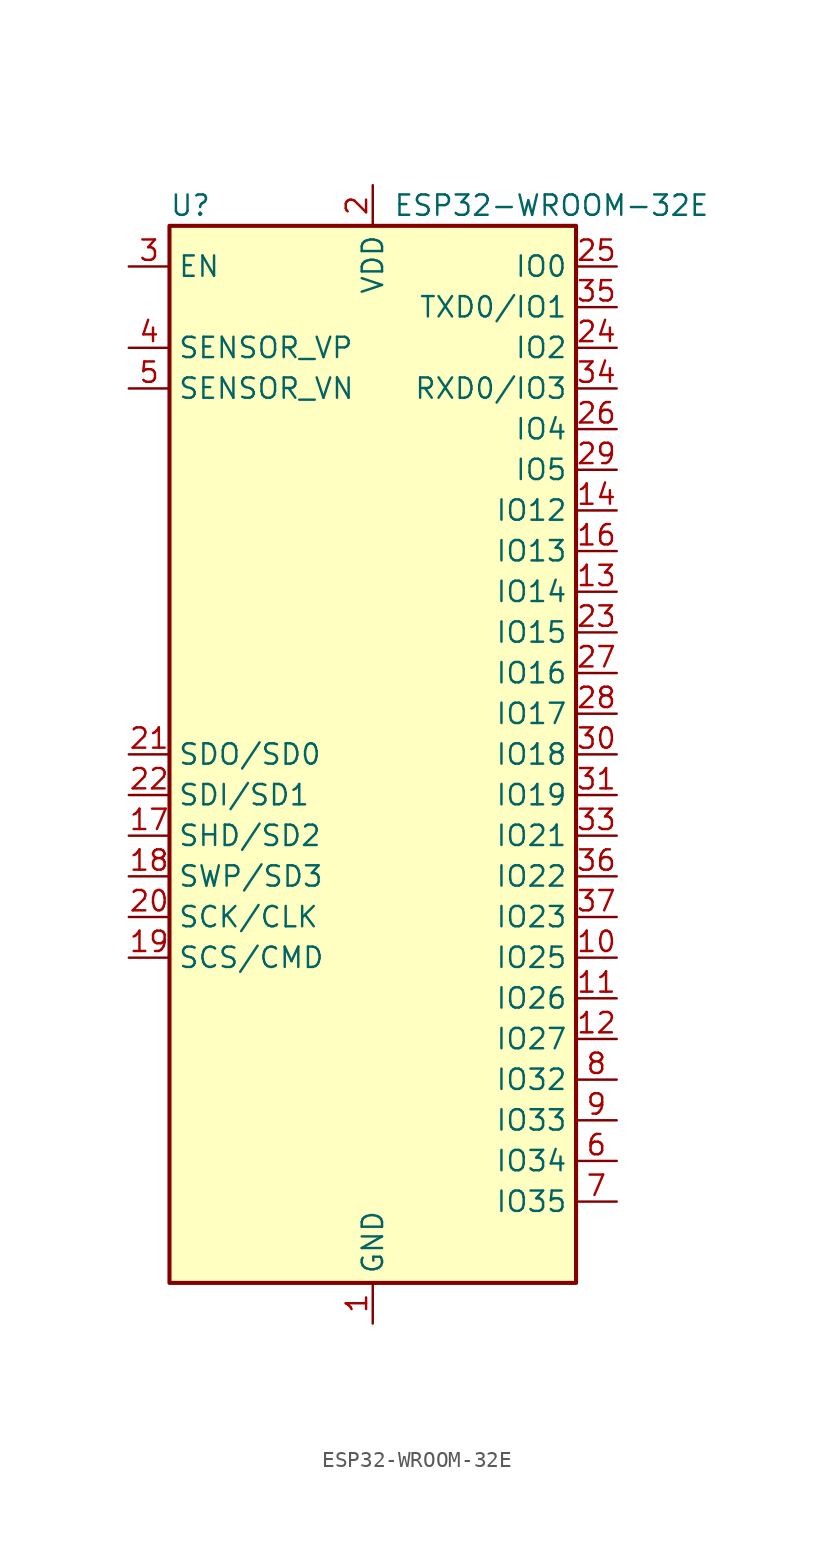
<source format=kicad_sym>
(kicad_symbol_lib
  (version 20201005)
  (generator kicad_symbol_editor)
  (symbol "Jmptable_RF_Module:ESP32-WROOM-32E"
    (property "Reference" "U"
      (at -12.7 34.29 0)
      (effects (font (size 1.27 1.27)) (justify left)))
    (property "Value" "ESP32-WROOM-32E"
      (at 1.27 34.29 0)
      (effects (font (size 1.27 1.27)) (justify left)))
    (symbol "ESP32-WROOM-32E_0_1"
      (rectangle (start -12.7 33.02) (end 12.7 -33.02) (stroke (width 0.254)) (fill (type background))))
    (symbol "ESP32-WROOM-32E_1_1"
      (pin power_in line (at 0 -35.56 90) (length 2.54) (name "GND" (effects (font (size 1.27 1.27)))) (number "1" (effects (font (size 1.27 1.27)))))
      (pin bidirectional line (at 15.24 -12.7 180) (length 2.54) (name "IO25" (effects (font (size 1.27 1.27)))) (number "10" (effects (font (size 1.27 1.27)))))
      (pin bidirectional line (at 15.24 -15.24 180) (length 2.54) (name "IO26" (effects (font (size 1.27 1.27)))) (number "11" (effects (font (size 1.27 1.27)))))
      (pin bidirectional line (at 15.24 -17.78 180) (length 2.54) (name "IO27" (effects (font (size 1.27 1.27)))) (number "12" (effects (font (size 1.27 1.27)))))
      (pin bidirectional line (at 15.24 10.16 180) (length 2.54) (name "IO14" (effects (font (size 1.27 1.27)))) (number "13" (effects (font (size 1.27 1.27)))))
      (pin bidirectional line (at 15.24 15.24 180) (length 2.54) (name "IO12" (effects (font (size 1.27 1.27)))) (number "14" (effects (font (size 1.27 1.27)))))
      (pin passive line (at 0 -35.56 90) (length 2.54) hide (name "GND" (effects (font (size 1.27 1.27)))) (number "15" (effects (font (size 1.27 1.27)))))
      (pin bidirectional line (at 15.24 12.7 180) (length 2.54) (name "IO13" (effects (font (size 1.27 1.27)))) (number "16" (effects (font (size 1.27 1.27)))))
      (pin bidirectional line (at -15.24 -5.08 0) (length 2.54) (name "SHD/SD2" (effects (font (size 1.27 1.27)))) (number "17" (effects (font (size 1.27 1.27)))))
      (pin bidirectional line (at -15.24 -7.62 0) (length 2.54) (name "SWP/SD3" (effects (font (size 1.27 1.27)))) (number "18" (effects (font (size 1.27 1.27)))))
      (pin bidirectional line (at -15.24 -12.7 0) (length 2.54) (name "SCS/CMD" (effects (font (size 1.27 1.27)))) (number "19" (effects (font (size 1.27 1.27)))))
      (pin power_in line (at 0 35.56 270) (length 2.54) (name "VDD" (effects (font (size 1.27 1.27)))) (number "2" (effects (font (size 1.27 1.27)))))
      (pin bidirectional line (at -15.24 -10.16 0) (length 2.54) (name "SCK/CLK" (effects (font (size 1.27 1.27)))) (number "20" (effects (font (size 1.27 1.27)))))
      (pin bidirectional line (at -15.24 0 0) (length 2.54) (name "SDO/SD0" (effects (font (size 1.27 1.27)))) (number "21" (effects (font (size 1.27 1.27)))))
      (pin bidirectional line (at -15.24 -2.54 0) (length 2.54) (name "SDI/SD1" (effects (font (size 1.27 1.27)))) (number "22" (effects (font (size 1.27 1.27)))))
      (pin bidirectional line (at 15.24 7.62 180) (length 2.54) (name "IO15" (effects (font (size 1.27 1.27)))) (number "23" (effects (font (size 1.27 1.27)))))
      (pin bidirectional line (at 15.24 25.4 180) (length 2.54) (name "IO2" (effects (font (size 1.27 1.27)))) (number "24" (effects (font (size 1.27 1.27)))))
      (pin bidirectional line (at 15.24 30.48 180) (length 2.54) (name "IO0" (effects (font (size 1.27 1.27)))) (number "25" (effects (font (size 1.27 1.27)))))
      (pin bidirectional line (at 15.24 20.32 180) (length 2.54) (name "IO4" (effects (font (size 1.27 1.27)))) (number "26" (effects (font (size 1.27 1.27)))))
      (pin bidirectional line (at 15.24 5.08 180) (length 2.54) (name "IO16" (effects (font (size 1.27 1.27)))) (number "27" (effects (font (size 1.27 1.27)))))
      (pin bidirectional line (at 15.24 2.54 180) (length 2.54) (name "IO17" (effects (font (size 1.27 1.27)))) (number "28" (effects (font (size 1.27 1.27)))))
      (pin bidirectional line (at 15.24 17.78 180) (length 2.54) (name "IO5" (effects (font (size 1.27 1.27)))) (number "29" (effects (font (size 1.27 1.27)))))
      (pin input line (at -15.24 30.48 0) (length 2.54) (name "EN" (effects (font (size 1.27 1.27)))) (number "3" (effects (font (size 1.27 1.27)))))
      (pin bidirectional line (at 15.24 0 180) (length 2.54) (name "IO18" (effects (font (size 1.27 1.27)))) (number "30" (effects (font (size 1.27 1.27)))))
      (pin bidirectional line (at 15.24 -2.54 180) (length 2.54) (name "IO19" (effects (font (size 1.27 1.27)))) (number "31" (effects (font (size 1.27 1.27)))))
      (pin unconnected line (at -12.7 -27.94 0) (length 2.54) hide (name "NC" (effects (font (size 1.27 1.27)))) (number "32" (effects (font (size 1.27 1.27)))))
      (pin bidirectional line (at 15.24 -5.08 180) (length 2.54) (name "IO21" (effects (font (size 1.27 1.27)))) (number "33" (effects (font (size 1.27 1.27)))))
      (pin bidirectional line (at 15.24 22.86 180) (length 2.54) (name "RXD0/IO3" (effects (font (size 1.27 1.27)))) (number "34" (effects (font (size 1.27 1.27)))))
      (pin bidirectional line (at 15.24 27.94 180) (length 2.54) (name "TXD0/IO1" (effects (font (size 1.27 1.27)))) (number "35" (effects (font (size 1.27 1.27)))))
      (pin bidirectional line (at 15.24 -7.62 180) (length 2.54) (name "IO22" (effects (font (size 1.27 1.27)))) (number "36" (effects (font (size 1.27 1.27)))))
      (pin bidirectional line (at 15.24 -10.16 180) (length 2.54) (name "IO23" (effects (font (size 1.27 1.27)))) (number "37" (effects (font (size 1.27 1.27)))))
      (pin passive line (at 0 -35.56 90) (length 2.54) hide (name "GND" (effects (font (size 1.27 1.27)))) (number "38" (effects (font (size 1.27 1.27)))))
      (pin passive line (at 0 -35.56 90) (length 2.54) hide (name "GND" (effects (font (size 1.27 1.27)))) (number "39" (effects (font (size 1.27 1.27)))))
      (pin input line (at -15.24 25.4 0) (length 2.54) (name "SENSOR_VP" (effects (font (size 1.27 1.27)))) (number "4" (effects (font (size 1.27 1.27)))))
      (pin input line (at -15.24 22.86 0) (length 2.54) (name "SENSOR_VN" (effects (font (size 1.27 1.27)))) (number "5" (effects (font (size 1.27 1.27)))))
      (pin input line (at 15.24 -25.4 180) (length 2.54) (name "IO34" (effects (font (size 1.27 1.27)))) (number "6" (effects (font (size 1.27 1.27)))))
      (pin input line (at 15.24 -27.94 180) (length 2.54) (name "IO35" (effects (font (size 1.27 1.27)))) (number "7" (effects (font (size 1.27 1.27)))))
      (pin bidirectional line (at 15.24 -20.32 180) (length 2.54) (name "IO32" (effects (font (size 1.27 1.27)))) (number "8" (effects (font (size 1.27 1.27)))))
      (pin bidirectional line (at 15.24 -22.86 180) (length 2.54) (name "IO33" (effects (font (size 1.27 1.27)))) (number "9" (effects (font (size 1.27 1.27))))))))
</source>
